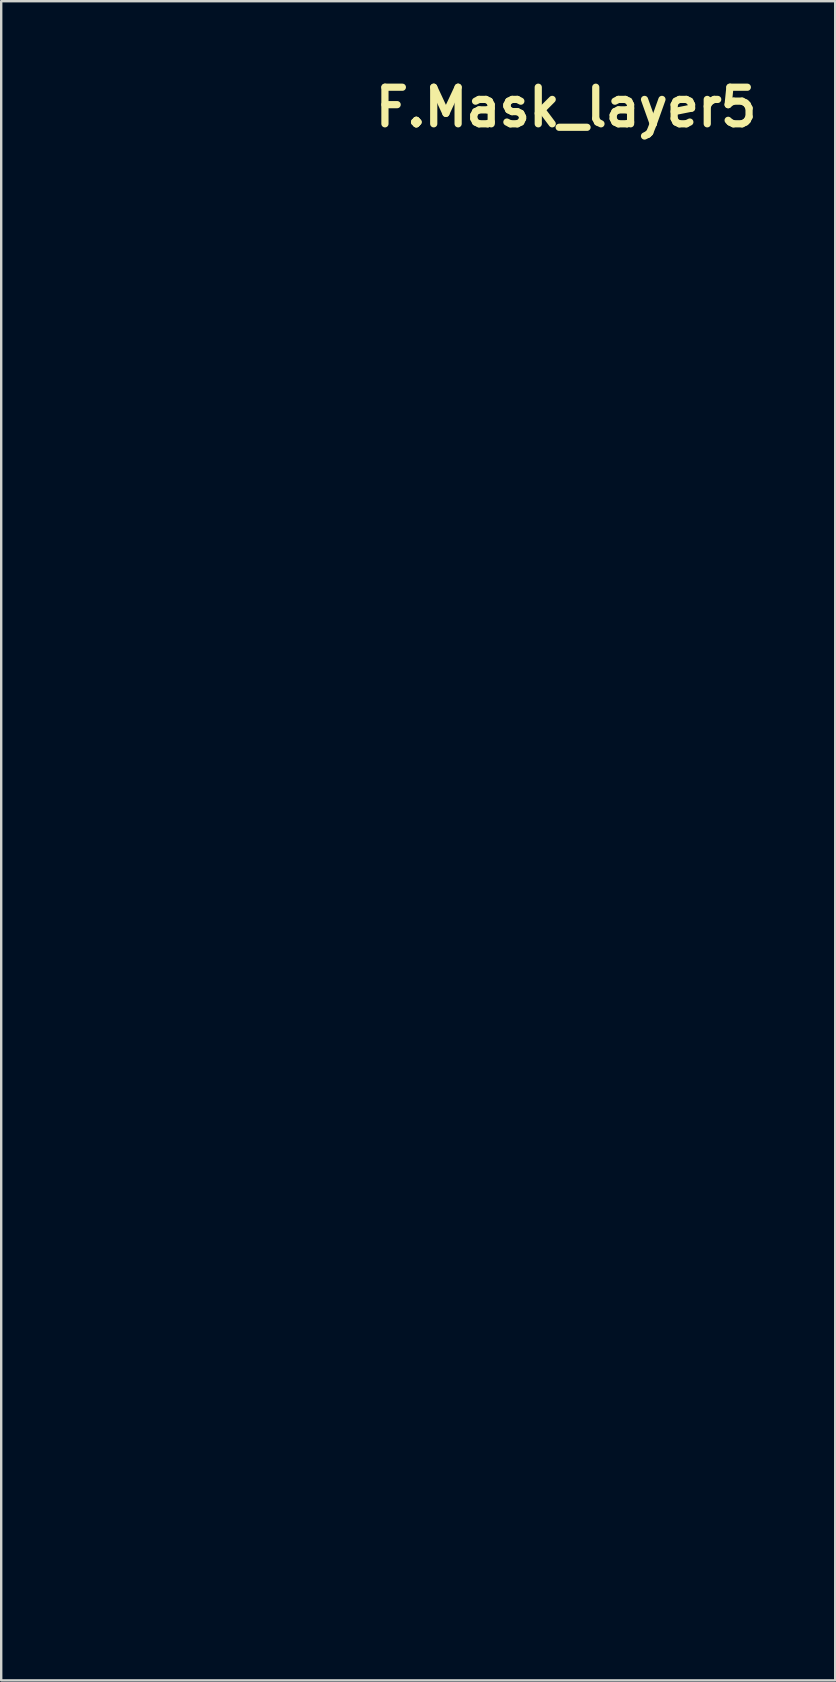
<source format=kicad_pcb>
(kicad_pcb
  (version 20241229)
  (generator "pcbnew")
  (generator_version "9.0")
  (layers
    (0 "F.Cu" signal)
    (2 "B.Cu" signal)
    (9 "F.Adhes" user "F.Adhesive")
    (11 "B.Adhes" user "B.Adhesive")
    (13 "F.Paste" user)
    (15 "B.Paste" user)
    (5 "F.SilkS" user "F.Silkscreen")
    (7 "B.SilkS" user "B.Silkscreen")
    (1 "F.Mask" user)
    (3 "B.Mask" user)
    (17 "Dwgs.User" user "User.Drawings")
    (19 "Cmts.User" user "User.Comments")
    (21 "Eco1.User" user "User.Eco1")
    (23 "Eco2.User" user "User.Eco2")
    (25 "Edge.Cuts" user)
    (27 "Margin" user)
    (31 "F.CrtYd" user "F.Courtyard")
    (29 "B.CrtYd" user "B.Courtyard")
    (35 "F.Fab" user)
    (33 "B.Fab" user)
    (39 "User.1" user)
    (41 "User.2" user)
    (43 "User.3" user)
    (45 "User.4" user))
  (footprint "F.Mask_layer5"
    (layer "F.Cu")
    (at 20.532 1.418)
    (property "Reference" "F.Mask_layer5" (at 0 0 0) (layer "F.SilkS") (effects (font (size 1.524 1.524) (thickness 0.3))))
    (attr through_hole)
    (fp_poly (pts (xy -19.987 58.549) (xy -19.888 58.612) (xy -19.812 58.697) (xy -19.801 58.718) (xy -19.779 58.788) (xy -19.771 58.88) (xy -19.775 58.974) (xy -19.792 59.048) (xy -19.85 59.144) (xy -19.936 59.217) (xy -20.042 59.263) (xy -20.157 59.277) (xy -20.226 59.268) (xy -20.345 59.22) (xy -20.439 59.141) (xy -20.501 59.037) (xy -20.527 58.929) (xy -20.519 58.808) (xy -20.474 58.698) (xy -20.399 58.606) (xy -20.298 58.541) (xy -20.212 58.515) (xy -20.1 58.515) (xy -19.987 58.549)) (stroke (width 0.01) (type solid)) (fill yes) (layer "F.Mask"))
    (fp_poly (pts (xy -17.557 61.774) (xy -17.451 61.812) (xy -17.363 61.878) (xy -17.338 61.909) (xy -17.286 62.016) (xy -17.267 62.137) (xy -17.282 62.259) (xy -17.33 62.37) (xy -17.34 62.384) (xy -17.415 62.456) (xy -17.515 62.503) (xy -17.627 62.523) (xy -17.74 62.513) (xy -17.832 62.478) (xy -17.929 62.402) (xy -17.993 62.305) (xy -18.024 62.196) (xy -18.023 62.083) (xy -17.987 61.973) (xy -17.916 61.875) (xy -17.88 61.842) (xy -17.783 61.788) (xy -17.671 61.766) (xy -17.557 61.774)) (stroke (width 0.01) (type solid)) (fill yes) (layer "F.Mask"))
    (fp_poly (pts (xy -19.975 61.804) (xy -19.959 61.812) (xy -19.869 61.879) (xy -19.807 61.969) (xy -19.774 62.072) (xy -19.769 62.182) (xy -19.793 62.288) (xy -19.846 62.384) (xy -19.927 62.459) (xy -19.967 62.482) (xy -20.073 62.517) (xy -20.185 62.524) (xy -20.285 62.504) (xy -20.309 62.493) (xy -20.397 62.437) (xy -20.457 62.368) (xy -20.492 62.304) (xy -20.527 62.184) (xy -20.519 62.065) (xy -20.492 61.987) (xy -20.422 61.88) (xy -20.329 61.807) (xy -20.22 61.768) (xy -20.1 61.767) (xy -19.975 61.804)) (stroke (width 0.01) (type solid)) (fill yes) (layer "F.Mask"))
    (fp_poly (pts (xy -18.818 60.273) (xy -18.719 60.305) (xy -18.624 60.372) (xy -18.559 60.461) (xy -18.523 60.565) (xy -18.516 60.675) (xy -18.539 60.782) (xy -18.591 60.879) (xy -18.672 60.958) (xy -18.712 60.982) (xy -18.81 61.013) (xy -18.922 61.022) (xy -19.027 61.006) (xy -19.061 60.994) (xy -19.149 60.933) (xy -19.221 60.843) (xy -19.268 60.737) (xy -19.282 60.638) (xy -19.269 60.558) (xy -19.236 60.471) (xy -19.192 60.395) (xy -19.163 60.363) (xy -19.06 60.298) (xy -18.941 60.268) (xy -18.818 60.273)) (stroke (width 0.01) (type solid)) (fill yes) (layer "F.Mask"))
    (fp_poly (pts (xy -18.792 61.776) (xy -18.717 61.804) (xy -18.621 61.874) (xy -18.556 61.965) (xy -18.521 62.07) (xy -18.516 62.18) (xy -18.541 62.287) (xy -18.596 62.384) (xy -18.682 62.461) (xy -18.71 62.477) (xy -18.817 62.515) (xy -18.93 62.524) (xy -19.034 62.503) (xy -19.061 62.491) (xy -19.146 62.437) (xy -19.204 62.374) (xy -19.243 62.304) (xy -19.276 62.185) (xy -19.27 62.065) (xy -19.227 61.953) (xy -19.148 61.857) (xy -19.124 61.837) (xy -19.024 61.786) (xy -18.909 61.765) (xy -18.792 61.776)) (stroke (width 0.01) (type solid)) (fill yes) (layer "F.Mask"))
    (fp_poly (pts (xy -17.514 58.535) (xy -17.409 58.595) (xy -17.398 58.604) (xy -17.318 58.695) (xy -17.275 58.804) (xy -17.266 58.897) (xy -17.285 59.024) (xy -17.339 59.13) (xy -17.424 59.211) (xy -17.538 59.262) (xy -17.59 59.273) (xy -17.645 59.279) (xy -17.682 59.278) (xy -17.685 59.277) (xy -17.72 59.268) (xy -17.764 59.258) (xy -17.839 59.224) (xy -17.913 59.16) (xy -17.975 59.08) (xy -18.003 59.023) (xy -18.029 58.905) (xy -18.019 58.796) (xy -17.978 58.699) (xy -17.912 58.618) (xy -17.827 58.557) (xy -17.728 58.52) (xy -17.622 58.512) (xy -17.514 58.535)) (stroke (width 0.01) (type solid)) (fill yes) (layer "F.Mask")))
  (gr_rect
    (start -3 -3)
    (end 31.74 66.947)
    (stroke (width 0.1) (type default))
    (fill no)
    (layer "Edge.Cuts")))
</source>
